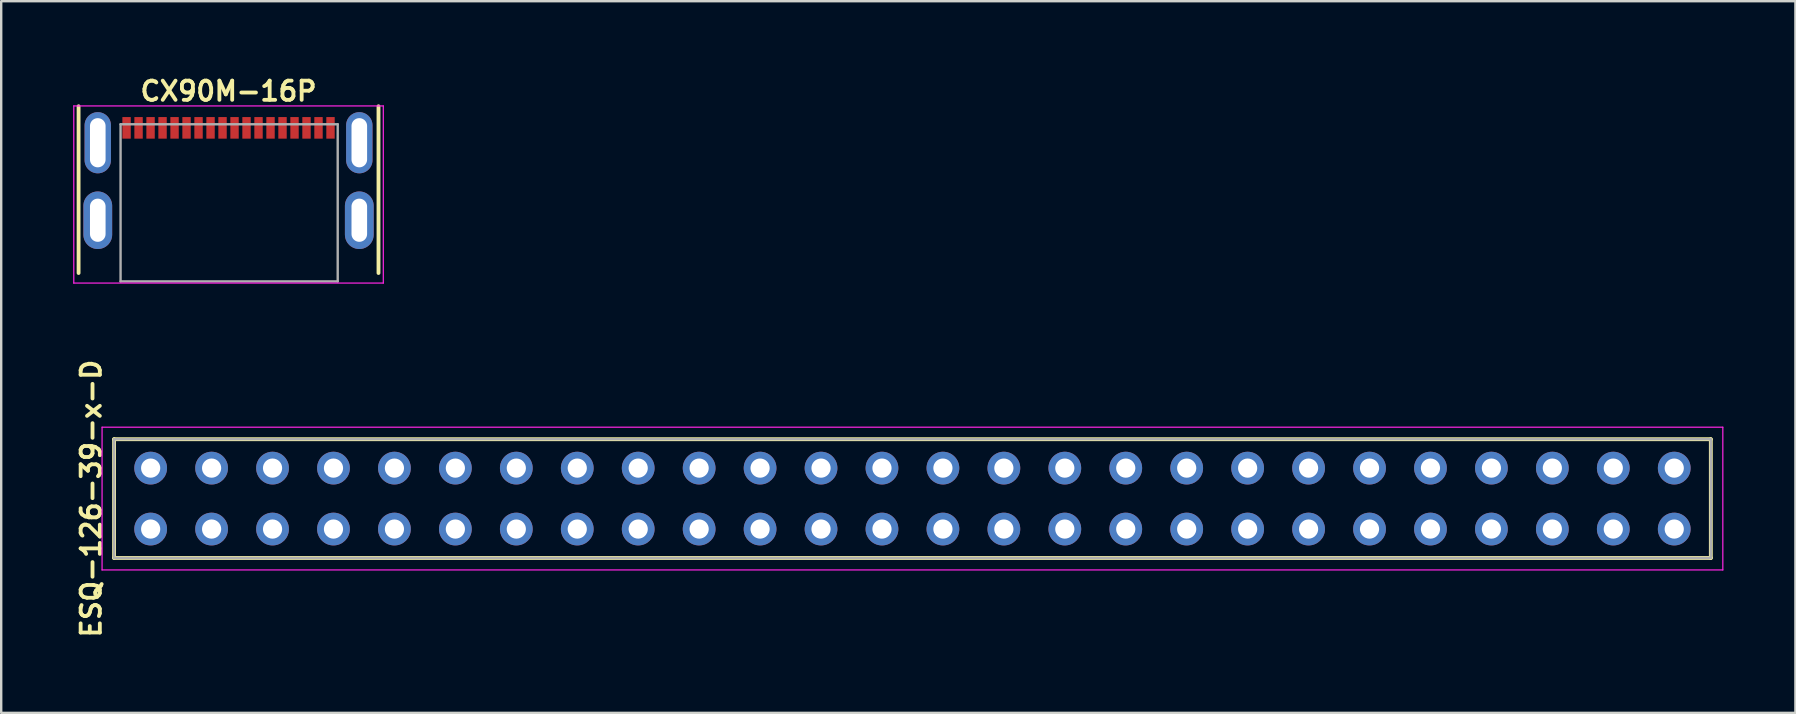
<source format=kicad_pcb>
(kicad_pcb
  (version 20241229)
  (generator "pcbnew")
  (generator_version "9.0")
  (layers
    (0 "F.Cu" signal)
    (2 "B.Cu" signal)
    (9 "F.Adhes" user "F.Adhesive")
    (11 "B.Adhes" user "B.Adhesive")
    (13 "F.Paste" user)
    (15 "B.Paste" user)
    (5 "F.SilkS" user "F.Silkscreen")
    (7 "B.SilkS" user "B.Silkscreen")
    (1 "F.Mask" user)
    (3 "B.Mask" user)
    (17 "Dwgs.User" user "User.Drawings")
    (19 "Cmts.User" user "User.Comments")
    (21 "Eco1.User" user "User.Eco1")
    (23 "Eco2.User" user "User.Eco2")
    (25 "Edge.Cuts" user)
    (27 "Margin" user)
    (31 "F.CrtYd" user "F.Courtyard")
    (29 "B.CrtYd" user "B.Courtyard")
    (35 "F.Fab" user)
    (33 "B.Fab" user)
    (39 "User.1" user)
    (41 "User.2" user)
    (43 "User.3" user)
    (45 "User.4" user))
  (footprint "ESQ-126-39-x-D"
    (layer "F.Cu")
    (at 3.229 19)
    (property "Reference" "ESQ-126-39-x-D" (at -2.48 -1.27 90) (layer "F.SilkS") (effects (font (size 0.8 0.8) (thickness 0.16))))
    (attr through_hole)
    (fp_line (start -1.525 -3.745) (end -1.525 1.205) (stroke (width 0.16) (type solid)) (layer "F.SilkS"))
    (fp_line (start -1.525 -3.745) (end 65.025 -3.745) (stroke (width 0.16) (type solid)) (layer "F.SilkS"))
    (fp_line (start -1.525 1.205) (end 65.025 1.205) (stroke (width 0.16) (type solid)) (layer "F.SilkS"))
    (fp_line (start 65.025 -3.745) (end 65.025 1.205) (stroke (width 0.16) (type solid)) (layer "F.SilkS"))
    (fp_line (start -2.025 -4.245) (end -2.025 1.705) (stroke (width 0.05) (type solid)) (layer "F.CrtYd"))
    (fp_line (start -2.025 -4.245) (end 65.525 -4.245) (stroke (width 0.05) (type solid)) (layer "F.CrtYd"))
    (fp_line (start 65.525 1.705) (end -2.025 1.705) (stroke (width 0.05) (type solid)) (layer "F.CrtYd"))
    (fp_line (start 65.525 1.705) (end 65.525 -4.245) (stroke (width 0.05) (type solid)) (layer "F.CrtYd"))
    (fp_line (start -1.525 -3.745) (end 65.025 -3.745) (stroke (width 0.1) (type solid)) (layer "F.Fab"))
    (fp_line (start -1.525 1.205) (end -1.525 -3.745) (stroke (width 0.1) (type solid)) (layer "F.Fab"))
    (fp_line (start 65.025 -3.745) (end 65.025 1.205) (stroke (width 0.1) (type solid)) (layer "F.Fab"))
    (fp_line (start 65.025 1.205) (end -1.525 1.205) (stroke (width 0.1) (type solid)) (layer "F.Fab"))
    (pad "1" thru_hole circle (at 0 0) (size 1.365 1.365) (drill 0.8) (layers "*.Cu" "*.Mask"))
    (pad "2" thru_hole circle (at 0 -2.54) (size 1.365 1.365) (drill 0.8) (layers "*.Cu" "*.Mask"))
    (pad "3" thru_hole circle (at 2.54 0) (size 1.365 1.365) (drill 0.8) (layers "*.Cu" "*.Mask"))
    (pad "4" thru_hole circle (at 2.54 -2.54) (size 1.365 1.365) (drill 0.8) (layers "*.Cu" "*.Mask"))
    (pad "5" thru_hole circle (at 5.08 0) (size 1.365 1.365) (drill 0.8) (layers "*.Cu" "*.Mask"))
    (pad "6" thru_hole circle (at 5.08 -2.54) (size 1.365 1.365) (drill 0.8) (layers "*.Cu" "*.Mask"))
    (pad "7" thru_hole circle (at 7.62 0) (size 1.365 1.365) (drill 0.8) (layers "*.Cu" "*.Mask"))
    (pad "8" thru_hole circle (at 7.62 -2.54) (size 1.365 1.365) (drill 0.8) (layers "*.Cu" "*.Mask"))
    (pad "9" thru_hole circle (at 10.16 0) (size 1.365 1.365) (drill 0.8) (layers "*.Cu" "*.Mask"))
    (pad "10" thru_hole circle (at 10.16 -2.54) (size 1.365 1.365) (drill 0.8) (layers "*.Cu" "*.Mask"))
    (pad "11" thru_hole circle (at 12.7 0) (size 1.365 1.365) (drill 0.8) (layers "*.Cu" "*.Mask"))
    (pad "12" thru_hole circle (at 12.7 -2.54) (size 1.365 1.365) (drill 0.8) (layers "*.Cu" "*.Mask"))
    (pad "13" thru_hole circle (at 15.24 0) (size 1.365 1.365) (drill 0.8) (layers "*.Cu" "*.Mask"))
    (pad "14" thru_hole circle (at 15.24 -2.54) (size 1.365 1.365) (drill 0.8) (layers "*.Cu" "*.Mask"))
    (pad "15" thru_hole circle (at 17.78 0) (size 1.365 1.365) (drill 0.8) (layers "*.Cu" "*.Mask"))
    (pad "16" thru_hole circle (at 17.78 -2.54) (size 1.365 1.365) (drill 0.8) (layers "*.Cu" "*.Mask"))
    (pad "17" thru_hole circle (at 20.32 0) (size 1.365 1.365) (drill 0.8) (layers "*.Cu" "*.Mask"))
    (pad "18" thru_hole circle (at 20.32 -2.54) (size 1.365 1.365) (drill 0.8) (layers "*.Cu" "*.Mask"))
    (pad "19" thru_hole circle (at 22.86 0) (size 1.365 1.365) (drill 0.8) (layers "*.Cu" "*.Mask"))
    (pad "20" thru_hole circle (at 22.86 -2.54) (size 1.365 1.365) (drill 0.8) (layers "*.Cu" "*.Mask"))
    (pad "21" thru_hole circle (at 25.4 0) (size 1.365 1.365) (drill 0.8) (layers "*.Cu" "*.Mask"))
    (pad "22" thru_hole circle (at 25.4 -2.54) (size 1.365 1.365) (drill 0.8) (layers "*.Cu" "*.Mask"))
    (pad "23" thru_hole circle (at 27.94 0) (size 1.365 1.365) (drill 0.8) (layers "*.Cu" "*.Mask"))
    (pad "24" thru_hole circle (at 27.94 -2.54) (size 1.365 1.365) (drill 0.8) (layers "*.Cu" "*.Mask"))
    (pad "25" thru_hole circle (at 30.48 0) (size 1.365 1.365) (drill 0.8) (layers "*.Cu" "*.Mask"))
    (pad "26" thru_hole circle (at 30.48 -2.54) (size 1.365 1.365) (drill 0.8) (layers "*.Cu" "*.Mask"))
    (pad "27" thru_hole circle (at 33.02 0) (size 1.365 1.365) (drill 0.8) (layers "*.Cu" "*.Mask"))
    (pad "28" thru_hole circle (at 33.02 -2.54) (size 1.365 1.365) (drill 0.8) (layers "*.Cu" "*.Mask"))
    (pad "29" thru_hole circle (at 35.56 0) (size 1.365 1.365) (drill 0.8) (layers "*.Cu" "*.Mask"))
    (pad "30" thru_hole circle (at 35.56 -2.54) (size 1.365 1.365) (drill 0.8) (layers "*.Cu" "*.Mask"))
    (pad "31" thru_hole circle (at 38.1 0) (size 1.365 1.365) (drill 0.8) (layers "*.Cu" "*.Mask"))
    (pad "32" thru_hole circle (at 38.1 -2.54) (size 1.365 1.365) (drill 0.8) (layers "*.Cu" "*.Mask"))
    (pad "33" thru_hole circle (at 40.64 0) (size 1.365 1.365) (drill 0.8) (layers "*.Cu" "*.Mask"))
    (pad "34" thru_hole circle (at 40.64 -2.54) (size 1.365 1.365) (drill 0.8) (layers "*.Cu" "*.Mask"))
    (pad "35" thru_hole circle (at 43.18 0) (size 1.365 1.365) (drill 0.8) (layers "*.Cu" "*.Mask"))
    (pad "36" thru_hole circle (at 43.18 -2.54) (size 1.365 1.365) (drill 0.8) (layers "*.Cu" "*.Mask"))
    (pad "37" thru_hole circle (at 45.72 0) (size 1.365 1.365) (drill 0.8) (layers "*.Cu" "*.Mask"))
    (pad "38" thru_hole circle (at 45.72 -2.54) (size 1.365 1.365) (drill 0.8) (layers "*.Cu" "*.Mask"))
    (pad "39" thru_hole circle (at 48.26 0) (size 1.365 1.365) (drill 0.8) (layers "*.Cu" "*.Mask"))
    (pad "40" thru_hole circle (at 48.26 -2.54) (size 1.365 1.365) (drill 0.8) (layers "*.Cu" "*.Mask"))
    (pad "41" thru_hole circle (at 50.8 0) (size 1.365 1.365) (drill 0.8) (layers "*.Cu" "*.Mask"))
    (pad "42" thru_hole circle (at 50.8 -2.54) (size 1.365 1.365) (drill 0.8) (layers "*.Cu" "*.Mask"))
    (pad "43" thru_hole circle (at 53.34 0) (size 1.365 1.365) (drill 0.8) (layers "*.Cu" "*.Mask"))
    (pad "44" thru_hole circle (at 53.34 -2.54) (size 1.365 1.365) (drill 0.8) (layers "*.Cu" "*.Mask"))
    (pad "45" thru_hole circle (at 55.88 0) (size 1.365 1.365) (drill 0.8) (layers "*.Cu" "*.Mask"))
    (pad "46" thru_hole circle (at 55.88 -2.54) (size 1.365 1.365) (drill 0.8) (layers "*.Cu" "*.Mask"))
    (pad "47" thru_hole circle (at 58.42 0) (size 1.365 1.365) (drill 0.8) (layers "*.Cu" "*.Mask"))
    (pad "48" thru_hole circle (at 58.42 -2.54) (size 1.365 1.365) (drill 0.8) (layers "*.Cu" "*.Mask"))
    (pad "49" thru_hole circle (at 60.96 0) (size 1.365 1.365) (drill 0.8) (layers "*.Cu" "*.Mask"))
    (pad "50" thru_hole circle (at 60.96 -2.54) (size 1.365 1.365) (drill 0.8) (layers "*.Cu" "*.Mask"))
    (pad "51" thru_hole circle (at 63.5 0) (size 1.365 1.365) (drill 0.8) (layers "*.Cu" "*.Mask"))
    (pad "52" thru_hole circle (at 63.5 -2.54) (size 1.365 1.365) (drill 0.8) (layers "*.Cu" "*.Mask")))
  (footprint "CX90M-16P"
    (layer "F.Cu")
    (at 6.475 6.129)
    (property "Reference" "CX90M-16P" (at 0 -5.38 0) (layer "F.SilkS") (effects (font (size 0.8 0.8) (thickness 0.16))))
    (attr through_hole)
    (fp_line (start -6.25 -4.75) (end -6.25 2.2) (stroke (width 0.16) (type solid)) (layer "F.SilkS"))
    (fp_line (start 6.25 -4.75) (end 6.25 2.2) (stroke (width 0.16) (type solid)) (layer "F.SilkS"))
    (fp_line (start -4.675 2.62) (end -4.675 -3.1) (stroke (width 0.1) (type solid)) (layer "Eco1.User"))
    (fp_line (start 4.675 -3.1) (end -4.675 -3.1) (stroke (width 0.1) (type solid)) (layer "Eco1.User"))
    (fp_line (start 4.675 2.62) (end 4.675 -3.1) (stroke (width 0.1) (type solid)) (layer "Eco1.User"))
    (fp_line (start -6.45 -4.765) (end 6.45 -4.765) (stroke (width 0.05) (type solid)) (layer "F.CrtYd"))
    (fp_line (start -6.45 2.62) (end -6.45 -4.765) (stroke (width 0.05) (type solid)) (layer "F.CrtYd"))
    (fp_line (start -6.45 2.62) (end 6.45 2.62) (stroke (width 0.05) (type solid)) (layer "F.CrtYd"))
    (fp_line (start 6.45 2.62) (end 6.45 -4.765) (stroke (width 0.05) (type solid)) (layer "F.CrtYd"))
    (fp_line (start -4.5 2.55) (end -4.5 -4) (stroke (width 0.1) (type solid)) (layer "F.Fab"))
    (fp_line (start 4.55 -4) (end -4.5 -4) (stroke (width 0.1) (type solid)) (layer "F.Fab"))
    (fp_line (start 4.55 2.55) (end -4.5 2.55) (stroke (width 0.1) (type solid)) (layer "F.Fab"))
    (fp_line (start 4.55 2.55) (end 4.55 -4) (stroke (width 0.1) (type solid)) (layer "F.Fab"))
    (pad "A1" smd rect (at -3.75 -3.85) (size 0.35 0.9) (layers "F.Cu" "F.Mask" "F.Paste"))
    (pad "A4" smd rect (at -2.75 -3.85) (size 0.35 0.9) (layers "F.Cu" "F.Mask" "F.Paste"))
    (pad "A5" smd rect (at -1.75 -3.85) (size 0.35 0.9) (layers "F.Cu" "F.Mask" "F.Paste"))
    (pad "A6" smd rect (at -0.75 -3.85) (size 0.35 0.9) (layers "F.Cu" "F.Mask" "F.Paste"))
    (pad "A7" smd rect (at 0.75 -3.85) (size 0.35 0.9) (layers "F.Cu" "F.Mask" "F.Paste"))
    (pad "A8" smd rect (at 1.75 -3.85) (size 0.35 0.9) (layers "F.Cu" "F.Mask" "F.Paste"))
    (pad "A9" smd rect (at 2.75 -3.85) (size 0.35 0.9) (layers "F.Cu" "F.Mask" "F.Paste"))
    (pad "A12" smd rect (at 3.75 -3.85) (size 0.35 0.9) (layers "F.Cu" "F.Mask" "F.Paste"))
    (pad "B1" smd rect (at 3.25 -3.85) (size 0.35 0.9) (layers "F.Cu" "F.Mask" "F.Paste"))
    (pad "B4" smd rect (at 2.25 -3.85) (size 0.35 0.9) (layers "F.Cu" "F.Mask" "F.Paste"))
    (pad "B5" smd rect (at 1.25 -3.85) (size 0.35 0.9) (layers "F.Cu" "F.Mask" "F.Paste"))
    (pad "B6" smd rect (at 0.25 -3.85) (size 0.35 0.9) (layers "F.Cu" "F.Mask" "F.Paste"))
    (pad "B7" smd rect (at -0.25 -3.85) (size 0.35 0.9) (layers "F.Cu" "F.Mask" "F.Paste"))
    (pad "B8" smd rect (at -1.25 -3.85) (size 0.35 0.9) (layers "F.Cu" "F.Mask" "F.Paste"))
    (pad "B9" smd rect (at -2.25 -3.85) (size 0.35 0.9) (layers "F.Cu" "F.Mask" "F.Paste"))
    (pad "B12" smd rect (at -3.25 -3.85) (size 0.35 0.9) (layers "F.Cu" "F.Mask" "F.Paste"))
    (pad "MH" thru_hole oval (at -5.45 -3.23 90) (size 2.55 1.1) (drill oval 2.05 0.65) (layers "*.Cu" "*.Mask"))
    (pad "MH" thru_hole oval (at -5.45 0 90) (size 2.4 1.2) (drill oval 1.8 0.65) (layers "*.Cu" "*.Mask"))
    (pad "MH" thru_hole oval (at 5.45 -3.23 90) (size 2.55 1.1) (drill oval 2.05 0.65) (layers "*.Cu" "*.Mask"))
    (pad "MH" thru_hole oval (at 5.45 0 270) (size 2.4 1.2) (drill oval 1.8 0.65) (layers "*.Cu" "*.Mask"))
    (pad "MID" smd rect (at -4.25 -3.85) (size 0.35 0.9) (layers "F.Cu" "F.Mask" "F.Paste"))
    (pad "MID" smd rect (at 4.25 -3.85) (size 0.35 0.9) (layers "F.Cu" "F.Mask" "F.Paste")))
  (gr_rect
    (start -3 -3)
    (end 71.779 26.662)
    (stroke (width 0.1) (type default))
    (fill no)
    (layer "Edge.Cuts")))
</source>
